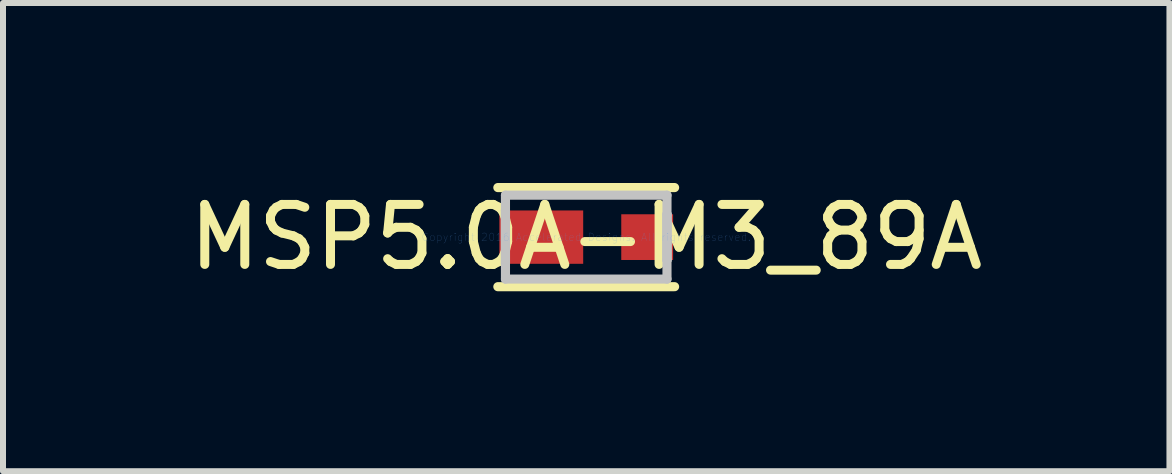
<source format=kicad_pcb>
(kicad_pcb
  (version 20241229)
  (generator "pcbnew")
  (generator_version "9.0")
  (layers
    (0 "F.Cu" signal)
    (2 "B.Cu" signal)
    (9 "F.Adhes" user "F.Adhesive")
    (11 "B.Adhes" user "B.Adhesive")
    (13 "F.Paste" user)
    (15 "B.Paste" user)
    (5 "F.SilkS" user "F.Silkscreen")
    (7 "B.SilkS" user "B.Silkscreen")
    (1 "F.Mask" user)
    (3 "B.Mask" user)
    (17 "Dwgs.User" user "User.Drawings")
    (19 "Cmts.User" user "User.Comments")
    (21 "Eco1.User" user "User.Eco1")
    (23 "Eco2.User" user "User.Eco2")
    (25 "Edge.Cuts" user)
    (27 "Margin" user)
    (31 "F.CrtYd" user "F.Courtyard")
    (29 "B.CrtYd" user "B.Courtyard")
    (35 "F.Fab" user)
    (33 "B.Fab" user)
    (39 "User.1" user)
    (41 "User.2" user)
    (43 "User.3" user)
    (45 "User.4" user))
  (footprint "MSP5.0A-M3_89A"
    (layer "F.Cu")
    (at 6.72 0.902)
    (property "Reference" "MSP5.0A-M3_89A" (at 0 0 0) (layer "F.SilkS") (effects (font (size 1 1) (thickness 0.15))))
    (attr through_hole)
    (fp_line (start -1.473 0.826) (end 1.473 0.826) (stroke (width 0.152) (type solid)) (layer "F.SilkS"))
    (fp_line (start 1.473 -0.826) (end -1.473 -0.826) (stroke (width 0.152) (type solid)) (layer "F.SilkS"))
    (fp_line (start -1.346 -0.699) (end -1.346 0.699) (stroke (width 0.152) (type solid)) (layer "Dwgs.User"))
    (fp_line (start -1.346 -0.445) (end -1.346 -0.445) (stroke (width 0.152) (type solid)) (layer "Dwgs.User"))
    (fp_line (start -1.346 -0.445) (end -1.346 0.445) (stroke (width 0.152) (type solid)) (layer "Dwgs.User"))
    (fp_line (start -1.346 0.445) (end -1.346 -0.445) (stroke (width 0.152) (type solid)) (layer "Dwgs.User"))
    (fp_line (start -1.346 0.445) (end -1.346 0.445) (stroke (width 0.152) (type solid)) (layer "Dwgs.User"))
    (fp_line (start -1.346 0.699) (end 1.346 0.699) (stroke (width 0.152) (type solid)) (layer "Dwgs.User"))
    (fp_line (start 1.346 -0.699) (end -1.346 -0.699) (stroke (width 0.152) (type solid)) (layer "Dwgs.User"))
    (fp_line (start 1.346 -0.381) (end 1.346 -0.381) (stroke (width 0.152) (type solid)) (layer "Dwgs.User"))
    (fp_line (start 1.346 -0.381) (end 1.346 0.381) (stroke (width 0.152) (type solid)) (layer "Dwgs.User"))
    (fp_line (start 1.346 0.381) (end 1.346 -0.381) (stroke (width 0.152) (type solid)) (layer "Dwgs.User"))
    (fp_line (start 1.346 0.381) (end 1.346 0.381) (stroke (width 0.152) (type solid)) (layer "Dwgs.User"))
    (fp_line (start 1.346 0.699) (end 1.346 -0.699) (stroke (width 0.152) (type solid)) (layer "Dwgs.User"))
    (fp_text user "Copyright 2016 Accelerated Designs. All rights reserved." (at 0 0 0) (layer "Cmts.User") (effects (font (size 0.127 0.127) (thickness 0.002))))
    (pad "1" smd rect (at -0.749 0) (size 1.397 0.889) (layers "F.Cu" "F.Mask" "F.Paste"))
    (pad "2" smd rect (at 1.016 0) (size 0.864 0.762) (layers "F.Cu" "F.Mask" "F.Paste")))
  (gr_rect
    (start -3 -3)
    (end 16.44 4.803)
    (stroke (width 0.1) (type default))
    (fill no)
    (layer "Edge.Cuts")))
</source>
